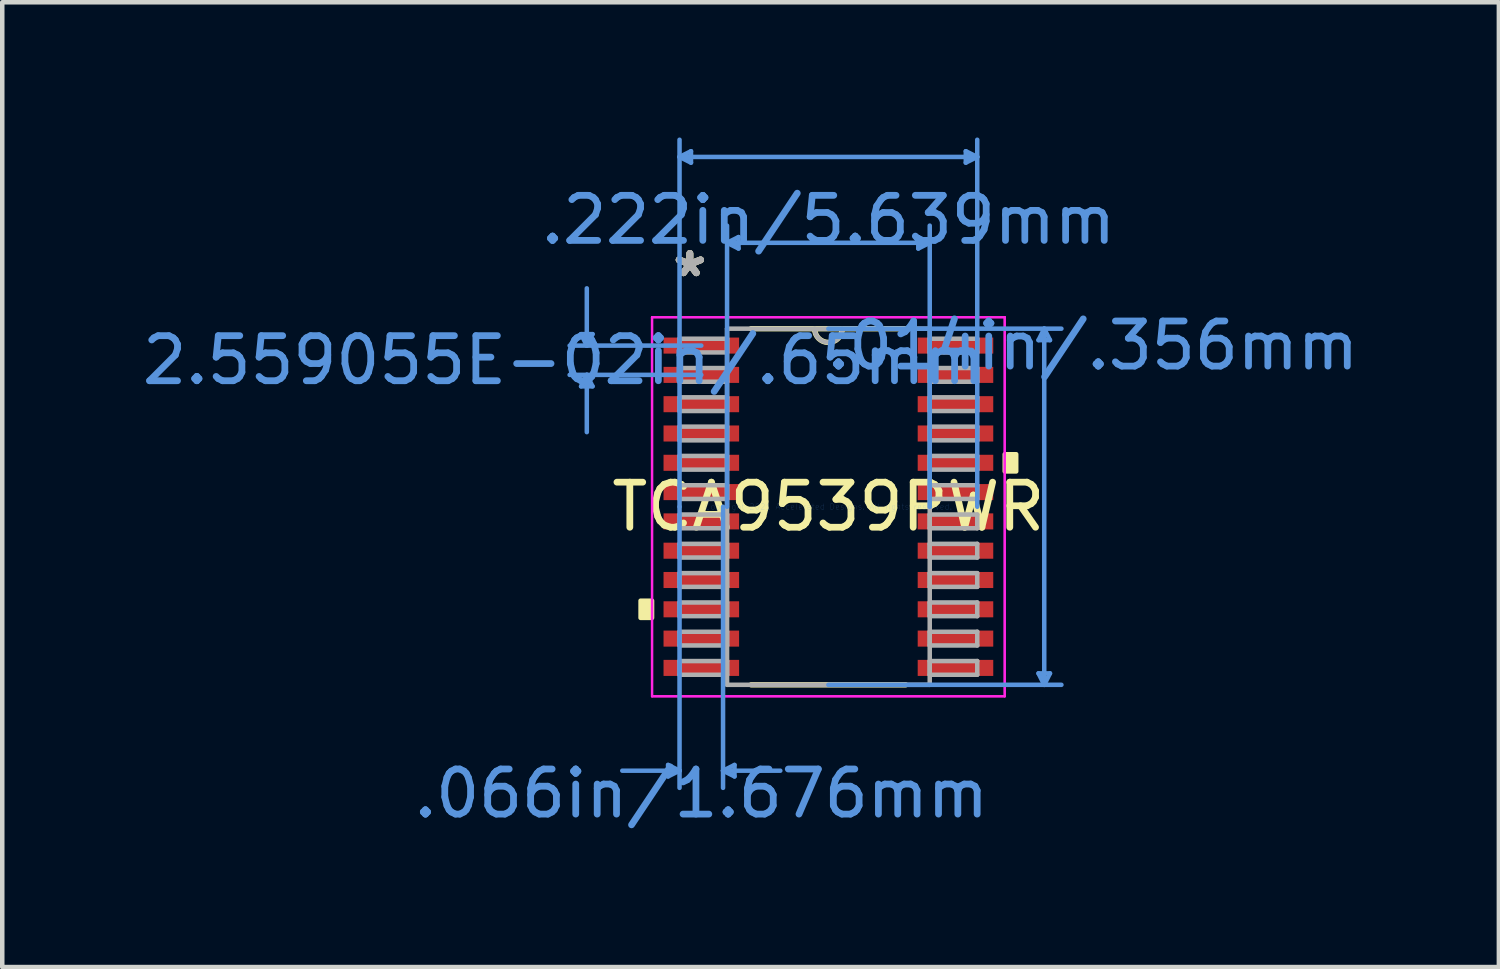
<source format=kicad_pcb>
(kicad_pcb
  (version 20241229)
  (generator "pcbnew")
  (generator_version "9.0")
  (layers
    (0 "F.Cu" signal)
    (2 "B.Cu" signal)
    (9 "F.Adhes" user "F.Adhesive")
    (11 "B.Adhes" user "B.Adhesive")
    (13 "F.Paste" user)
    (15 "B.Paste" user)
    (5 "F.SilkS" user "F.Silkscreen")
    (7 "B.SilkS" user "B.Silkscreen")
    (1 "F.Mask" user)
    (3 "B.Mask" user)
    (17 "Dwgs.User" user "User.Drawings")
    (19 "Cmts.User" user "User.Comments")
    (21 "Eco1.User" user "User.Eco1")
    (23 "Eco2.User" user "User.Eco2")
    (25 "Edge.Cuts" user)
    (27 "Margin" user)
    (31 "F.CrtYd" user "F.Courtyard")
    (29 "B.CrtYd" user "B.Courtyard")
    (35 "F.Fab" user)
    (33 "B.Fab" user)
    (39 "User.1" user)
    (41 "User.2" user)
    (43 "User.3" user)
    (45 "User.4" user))
  (footprint "TCA9539PWR"
    (layer "F.Cu")
    (at 15.326 8.191)
    (property "Reference" "TCA9539PWR" (at 0 0 0) (layer "F.SilkS") (effects (font (size 1 1) (thickness 0.15))))
    (attr through_hole)
    (fp_line (start -1.713 3.95) (end 1.713 3.95) (stroke (width 0.12) (type solid)) (layer "F.SilkS"))
    (fp_line (start 1.713 -3.95) (end -1.713 -3.95) (stroke (width 0.12) (type solid)) (layer "F.SilkS"))
    (fp_arc (start 0.3048 -3.9497) (mid 0 -3.6449) (end -0.3048 -3.9497) (stroke (width 0.12) (type solid)) (layer "F.SilkS"))
    (fp_poly (pts (xy -4.166 2.084) (xy -4.166 2.465) (xy -3.912 2.465) (xy -3.912 2.084)) (stroke (width 0.1) (type solid)) (fill yes) (layer "F.SilkS"))
    (fp_poly (pts (xy 4.166 -1.165) (xy 4.166 -0.784) (xy 3.912 -0.784) (xy 3.912 -1.165)) (stroke (width 0.1) (type solid)) (fill yes) (layer "F.SilkS"))
    (fp_line (start -5.486 -3.829) (end -5.232 -3.829) (stroke (width 0.1) (type solid)) (layer "Cmts.User"))
    (fp_line (start -5.486 -2.671) (end -5.232 -2.671) (stroke (width 0.1) (type solid)) (layer "Cmts.User"))
    (fp_line (start -5.359 -3.575) (end -5.486 -3.829) (stroke (width 0.1) (type solid)) (layer "Cmts.User"))
    (fp_line (start -5.359 -3.575) (end -5.359 -4.845) (stroke (width 0.1) (type solid)) (layer "Cmts.User"))
    (fp_line (start -5.359 -3.575) (end -5.232 -3.829) (stroke (width 0.1) (type solid)) (layer "Cmts.User"))
    (fp_line (start -5.359 -2.925) (end -5.486 -2.671) (stroke (width 0.1) (type solid)) (layer "Cmts.User"))
    (fp_line (start -5.359 -2.925) (end -5.359 -1.655) (stroke (width 0.1) (type solid)) (layer "Cmts.User"))
    (fp_line (start -5.359 -2.925) (end -5.232 -2.671) (stroke (width 0.1) (type solid)) (layer "Cmts.User"))
    (fp_line (start -3.556 5.728) (end -3.556 5.982) (stroke (width 0.1) (type solid)) (layer "Cmts.User"))
    (fp_line (start -3.302 -7.76) (end -3.048 -7.887) (stroke (width 0.1) (type solid)) (layer "Cmts.User"))
    (fp_line (start -3.302 -7.76) (end -3.048 -7.633) (stroke (width 0.1) (type solid)) (layer "Cmts.User"))
    (fp_line (start -3.302 -7.76) (end 3.302 -7.76) (stroke (width 0.1) (type solid)) (layer "Cmts.User"))
    (fp_line (start -3.302 0) (end -3.302 -8.141) (stroke (width 0.1) (type solid)) (layer "Cmts.User"))
    (fp_line (start -3.302 0) (end -3.302 6.236) (stroke (width 0.1) (type solid)) (layer "Cmts.User"))
    (fp_line (start -3.302 5.855) (end -4.572 5.855) (stroke (width 0.1) (type solid)) (layer "Cmts.User"))
    (fp_line (start -3.302 5.855) (end -3.556 5.728) (stroke (width 0.1) (type solid)) (layer "Cmts.User"))
    (fp_line (start -3.302 5.855) (end -3.556 5.982) (stroke (width 0.1) (type solid)) (layer "Cmts.User"))
    (fp_line (start -3.048 -7.887) (end -3.048 -7.633) (stroke (width 0.1) (type solid)) (layer "Cmts.User"))
    (fp_line (start -2.819 -3.575) (end -5.74 -3.575) (stroke (width 0.1) (type solid)) (layer "Cmts.User"))
    (fp_line (start -2.819 -2.925) (end -5.74 -2.925) (stroke (width 0.1) (type solid)) (layer "Cmts.User"))
    (fp_line (start -2.337 0) (end -2.337 6.236) (stroke (width 0.1) (type solid)) (layer "Cmts.User"))
    (fp_line (start -2.337 5.855) (end -2.083 5.728) (stroke (width 0.1) (type solid)) (layer "Cmts.User"))
    (fp_line (start -2.337 5.855) (end -2.083 5.982) (stroke (width 0.1) (type solid)) (layer "Cmts.User"))
    (fp_line (start -2.337 5.855) (end -1.067 5.855) (stroke (width 0.1) (type solid)) (layer "Cmts.User"))
    (fp_line (start -2.248 -5.855) (end -1.994 -5.982) (stroke (width 0.1) (type solid)) (layer "Cmts.User"))
    (fp_line (start -2.248 -5.855) (end -1.994 -5.728) (stroke (width 0.1) (type solid)) (layer "Cmts.User"))
    (fp_line (start -2.248 -5.855) (end 2.248 -5.855) (stroke (width 0.1) (type solid)) (layer "Cmts.User"))
    (fp_line (start -2.248 0) (end -2.248 -6.236) (stroke (width 0.1) (type solid)) (layer "Cmts.User"))
    (fp_line (start -2.083 5.728) (end -2.083 5.982) (stroke (width 0.1) (type solid)) (layer "Cmts.User"))
    (fp_line (start -1.994 -5.982) (end -1.994 -5.728) (stroke (width 0.1) (type solid)) (layer "Cmts.User"))
    (fp_line (start 0 -3.95) (end 5.169 -3.95) (stroke (width 0.1) (type solid)) (layer "Cmts.User"))
    (fp_line (start 0 3.95) (end 5.169 3.95) (stroke (width 0.1) (type solid)) (layer "Cmts.User"))
    (fp_line (start 1.994 -5.982) (end 1.994 -5.728) (stroke (width 0.1) (type solid)) (layer "Cmts.User"))
    (fp_line (start 2.248 -5.855) (end 1.994 -5.982) (stroke (width 0.1) (type solid)) (layer "Cmts.User"))
    (fp_line (start 2.248 -5.855) (end 1.994 -5.728) (stroke (width 0.1) (type solid)) (layer "Cmts.User"))
    (fp_line (start 2.248 0) (end 2.248 -6.236) (stroke (width 0.1) (type solid)) (layer "Cmts.User"))
    (fp_line (start 3.048 -7.887) (end 3.048 -7.633) (stroke (width 0.1) (type solid)) (layer "Cmts.User"))
    (fp_line (start 3.302 -7.76) (end 3.048 -7.887) (stroke (width 0.1) (type solid)) (layer "Cmts.User"))
    (fp_line (start 3.302 -7.76) (end 3.048 -7.633) (stroke (width 0.1) (type solid)) (layer "Cmts.User"))
    (fp_line (start 3.302 0) (end 3.302 -8.141) (stroke (width 0.1) (type solid)) (layer "Cmts.User"))
    (fp_line (start 4.661 -3.696) (end 4.915 -3.696) (stroke (width 0.1) (type solid)) (layer "Cmts.User"))
    (fp_line (start 4.661 3.696) (end 4.915 3.696) (stroke (width 0.1) (type solid)) (layer "Cmts.User"))
    (fp_line (start 4.788 -3.95) (end 4.661 -3.696) (stroke (width 0.1) (type solid)) (layer "Cmts.User"))
    (fp_line (start 4.788 -3.95) (end 4.788 3.95) (stroke (width 0.1) (type solid)) (layer "Cmts.User"))
    (fp_line (start 4.788 -3.95) (end 4.915 -3.696) (stroke (width 0.1) (type solid)) (layer "Cmts.User"))
    (fp_line (start 4.788 3.95) (end 4.661 3.696) (stroke (width 0.1) (type solid)) (layer "Cmts.User"))
    (fp_line (start 4.788 3.95) (end 4.915 3.696) (stroke (width 0.1) (type solid)) (layer "Cmts.User"))
    (fp_line (start -3.912 -4.204) (end 3.912 -4.204) (stroke (width 0.05) (type solid)) (layer "F.CrtYd"))
    (fp_line (start -3.912 -4.204) (end 3.912 -4.204) (stroke (width 0.05) (type solid)) (layer "F.CrtYd"))
    (fp_line (start -3.912 4.204) (end -3.912 -4.204) (stroke (width 0.05) (type solid)) (layer "F.CrtYd"))
    (fp_line (start -3.912 4.204) (end -3.912 -4.204) (stroke (width 0.05) (type solid)) (layer "F.CrtYd"))
    (fp_line (start 3.912 -4.204) (end 3.912 4.204) (stroke (width 0.05) (type solid)) (layer "F.CrtYd"))
    (fp_line (start 3.912 -4.204) (end 3.912 4.204) (stroke (width 0.05) (type solid)) (layer "F.CrtYd"))
    (fp_line (start 3.912 4.204) (end -3.912 4.204) (stroke (width 0.05) (type solid)) (layer "F.CrtYd"))
    (fp_line (start 3.912 4.204) (end -3.912 4.204) (stroke (width 0.05) (type solid)) (layer "F.CrtYd"))
    (fp_line (start -3.302 -3.727) (end -3.302 -3.423) (stroke (width 0.1) (type solid)) (layer "F.Fab"))
    (fp_line (start -3.302 -3.423) (end -2.248 -3.423) (stroke (width 0.1) (type solid)) (layer "F.Fab"))
    (fp_line (start -3.302 -3.077) (end -3.302 -2.773) (stroke (width 0.1) (type solid)) (layer "F.Fab"))
    (fp_line (start -3.302 -2.773) (end -2.248 -2.773) (stroke (width 0.1) (type solid)) (layer "F.Fab"))
    (fp_line (start -3.302 -2.427) (end -3.302 -2.123) (stroke (width 0.1) (type solid)) (layer "F.Fab"))
    (fp_line (start -3.302 -2.123) (end -2.248 -2.123) (stroke (width 0.1) (type solid)) (layer "F.Fab"))
    (fp_line (start -3.302 -1.777) (end -3.302 -1.473) (stroke (width 0.1) (type solid)) (layer "F.Fab"))
    (fp_line (start -3.302 -1.473) (end -2.248 -1.473) (stroke (width 0.1) (type solid)) (layer "F.Fab"))
    (fp_line (start -3.302 -1.127) (end -3.302 -0.823) (stroke (width 0.1) (type solid)) (layer "F.Fab"))
    (fp_line (start -3.302 -0.823) (end -2.248 -0.823) (stroke (width 0.1) (type solid)) (layer "F.Fab"))
    (fp_line (start -3.302 -0.477) (end -3.302 -0.173) (stroke (width 0.1) (type solid)) (layer "F.Fab"))
    (fp_line (start -3.302 -0.173) (end -2.248 -0.173) (stroke (width 0.1) (type solid)) (layer "F.Fab"))
    (fp_line (start -3.302 0.173) (end -3.302 0.477) (stroke (width 0.1) (type solid)) (layer "F.Fab"))
    (fp_line (start -3.302 0.477) (end -2.248 0.477) (stroke (width 0.1) (type solid)) (layer "F.Fab"))
    (fp_line (start -3.302 0.823) (end -3.302 1.127) (stroke (width 0.1) (type solid)) (layer "F.Fab"))
    (fp_line (start -3.302 1.127) (end -2.248 1.127) (stroke (width 0.1) (type solid)) (layer "F.Fab"))
    (fp_line (start -3.302 1.473) (end -3.302 1.777) (stroke (width 0.1) (type solid)) (layer "F.Fab"))
    (fp_line (start -3.302 1.777) (end -2.248 1.777) (stroke (width 0.1) (type solid)) (layer "F.Fab"))
    (fp_line (start -3.302 2.123) (end -3.302 2.427) (stroke (width 0.1) (type solid)) (layer "F.Fab"))
    (fp_line (start -3.302 2.427) (end -2.248 2.427) (stroke (width 0.1) (type solid)) (layer "F.Fab"))
    (fp_line (start -3.302 2.773) (end -3.302 3.077) (stroke (width 0.1) (type solid)) (layer "F.Fab"))
    (fp_line (start -3.302 3.077) (end -2.248 3.077) (stroke (width 0.1) (type solid)) (layer "F.Fab"))
    (fp_line (start -3.302 3.423) (end -3.302 3.727) (stroke (width 0.1) (type solid)) (layer "F.Fab"))
    (fp_line (start -3.302 3.727) (end -2.248 3.727) (stroke (width 0.1) (type solid)) (layer "F.Fab"))
    (fp_line (start -2.248 -3.95) (end -2.248 3.95) (stroke (width 0.1) (type solid)) (layer "F.Fab"))
    (fp_line (start -2.248 -3.727) (end -3.302 -3.727) (stroke (width 0.1) (type solid)) (layer "F.Fab"))
    (fp_line (start -2.248 -3.423) (end -2.248 -3.727) (stroke (width 0.1) (type solid)) (layer "F.Fab"))
    (fp_line (start -2.248 -3.077) (end -3.302 -3.077) (stroke (width 0.1) (type solid)) (layer "F.Fab"))
    (fp_line (start -2.248 -2.773) (end -2.248 -3.077) (stroke (width 0.1) (type solid)) (layer "F.Fab"))
    (fp_line (start -2.248 -2.427) (end -3.302 -2.427) (stroke (width 0.1) (type solid)) (layer "F.Fab"))
    (fp_line (start -2.248 -2.123) (end -2.248 -2.427) (stroke (width 0.1) (type solid)) (layer "F.Fab"))
    (fp_line (start -2.248 -1.777) (end -3.302 -1.777) (stroke (width 0.1) (type solid)) (layer "F.Fab"))
    (fp_line (start -2.248 -1.473) (end -2.248 -1.777) (stroke (width 0.1) (type solid)) (layer "F.Fab"))
    (fp_line (start -2.248 -1.127) (end -3.302 -1.127) (stroke (width 0.1) (type solid)) (layer "F.Fab"))
    (fp_line (start -2.248 -0.823) (end -2.248 -1.127) (stroke (width 0.1) (type solid)) (layer "F.Fab"))
    (fp_line (start -2.248 -0.477) (end -3.302 -0.477) (stroke (width 0.1) (type solid)) (layer "F.Fab"))
    (fp_line (start -2.248 -0.173) (end -2.248 -0.477) (stroke (width 0.1) (type solid)) (layer "F.Fab"))
    (fp_line (start -2.248 0.173) (end -3.302 0.173) (stroke (width 0.1) (type solid)) (layer "F.Fab"))
    (fp_line (start -2.248 0.477) (end -2.248 0.173) (stroke (width 0.1) (type solid)) (layer "F.Fab"))
    (fp_line (start -2.248 0.823) (end -3.302 0.823) (stroke (width 0.1) (type solid)) (layer "F.Fab"))
    (fp_line (start -2.248 1.127) (end -2.248 0.823) (stroke (width 0.1) (type solid)) (layer "F.Fab"))
    (fp_line (start -2.248 1.473) (end -3.302 1.473) (stroke (width 0.1) (type solid)) (layer "F.Fab"))
    (fp_line (start -2.248 1.777) (end -2.248 1.473) (stroke (width 0.1) (type solid)) (layer "F.Fab"))
    (fp_line (start -2.248 2.123) (end -3.302 2.123) (stroke (width 0.1) (type solid)) (layer "F.Fab"))
    (fp_line (start -2.248 2.427) (end -2.248 2.123) (stroke (width 0.1) (type solid)) (layer "F.Fab"))
    (fp_line (start -2.248 2.773) (end -3.302 2.773) (stroke (width 0.1) (type solid)) (layer "F.Fab"))
    (fp_line (start -2.248 3.077) (end -2.248 2.773) (stroke (width 0.1) (type solid)) (layer "F.Fab"))
    (fp_line (start -2.248 3.423) (end -3.302 3.423) (stroke (width 0.1) (type solid)) (layer "F.Fab"))
    (fp_line (start -2.248 3.727) (end -2.248 3.423) (stroke (width 0.1) (type solid)) (layer "F.Fab"))
    (fp_line (start -2.248 3.95) (end 2.248 3.95) (stroke (width 0.1) (type solid)) (layer "F.Fab"))
    (fp_line (start 2.248 -3.95) (end -2.248 -3.95) (stroke (width 0.1) (type solid)) (layer "F.Fab"))
    (fp_line (start 2.248 -3.727) (end 2.248 -3.423) (stroke (width 0.1) (type solid)) (layer "F.Fab"))
    (fp_line (start 2.248 -3.423) (end 3.302 -3.423) (stroke (width 0.1) (type solid)) (layer "F.Fab"))
    (fp_line (start 2.248 -3.077) (end 2.248 -2.773) (stroke (width 0.1) (type solid)) (layer "F.Fab"))
    (fp_line (start 2.248 -2.773) (end 3.302 -2.773) (stroke (width 0.1) (type solid)) (layer "F.Fab"))
    (fp_line (start 2.248 -2.427) (end 2.248 -2.123) (stroke (width 0.1) (type solid)) (layer "F.Fab"))
    (fp_line (start 2.248 -2.123) (end 3.302 -2.123) (stroke (width 0.1) (type solid)) (layer "F.Fab"))
    (fp_line (start 2.248 -1.777) (end 2.248 -1.473) (stroke (width 0.1) (type solid)) (layer "F.Fab"))
    (fp_line (start 2.248 -1.473) (end 3.302 -1.473) (stroke (width 0.1) (type solid)) (layer "F.Fab"))
    (fp_line (start 2.248 -1.127) (end 2.248 -0.823) (stroke (width 0.1) (type solid)) (layer "F.Fab"))
    (fp_line (start 2.248 -0.823) (end 3.302 -0.823) (stroke (width 0.1) (type solid)) (layer "F.Fab"))
    (fp_line (start 2.248 -0.477) (end 2.248 -0.173) (stroke (width 0.1) (type solid)) (layer "F.Fab"))
    (fp_line (start 2.248 -0.173) (end 3.302 -0.173) (stroke (width 0.1) (type solid)) (layer "F.Fab"))
    (fp_line (start 2.248 0.173) (end 2.248 0.477) (stroke (width 0.1) (type solid)) (layer "F.Fab"))
    (fp_line (start 2.248 0.477) (end 3.302 0.477) (stroke (width 0.1) (type solid)) (layer "F.Fab"))
    (fp_line (start 2.248 0.823) (end 2.248 1.127) (stroke (width 0.1) (type solid)) (layer "F.Fab"))
    (fp_line (start 2.248 1.127) (end 3.302 1.127) (stroke (width 0.1) (type solid)) (layer "F.Fab"))
    (fp_line (start 2.248 1.473) (end 2.248 1.777) (stroke (width 0.1) (type solid)) (layer "F.Fab"))
    (fp_line (start 2.248 1.777) (end 3.302 1.777) (stroke (width 0.1) (type solid)) (layer "F.Fab"))
    (fp_line (start 2.248 2.123) (end 2.248 2.427) (stroke (width 0.1) (type solid)) (layer "F.Fab"))
    (fp_line (start 2.248 2.427) (end 3.302 2.427) (stroke (width 0.1) (type solid)) (layer "F.Fab"))
    (fp_line (start 2.248 2.773) (end 2.248 3.077) (stroke (width 0.1) (type solid)) (layer "F.Fab"))
    (fp_line (start 2.248 3.077) (end 3.302 3.077) (stroke (width 0.1) (type solid)) (layer "F.Fab"))
    (fp_line (start 2.248 3.423) (end 2.248 3.727) (stroke (width 0.1) (type solid)) (layer "F.Fab"))
    (fp_line (start 2.248 3.727) (end 3.302 3.727) (stroke (width 0.1) (type solid)) (layer "F.Fab"))
    (fp_line (start 2.248 3.95) (end 2.248 -3.95) (stroke (width 0.1) (type solid)) (layer "F.Fab"))
    (fp_line (start 3.302 -3.727) (end 2.248 -3.727) (stroke (width 0.1) (type solid)) (layer "F.Fab"))
    (fp_line (start 3.302 -3.423) (end 3.302 -3.727) (stroke (width 0.1) (type solid)) (layer "F.Fab"))
    (fp_line (start 3.302 -3.077) (end 2.248 -3.077) (stroke (width 0.1) (type solid)) (layer "F.Fab"))
    (fp_line (start 3.302 -2.773) (end 3.302 -3.077) (stroke (width 0.1) (type solid)) (layer "F.Fab"))
    (fp_line (start 3.302 -2.427) (end 2.248 -2.427) (stroke (width 0.1) (type solid)) (layer "F.Fab"))
    (fp_line (start 3.302 -2.123) (end 3.302 -2.427) (stroke (width 0.1) (type solid)) (layer "F.Fab"))
    (fp_line (start 3.302 -1.777) (end 2.248 -1.777) (stroke (width 0.1) (type solid)) (layer "F.Fab"))
    (fp_line (start 3.302 -1.473) (end 3.302 -1.777) (stroke (width 0.1) (type solid)) (layer "F.Fab"))
    (fp_line (start 3.302 -1.127) (end 2.248 -1.127) (stroke (width 0.1) (type solid)) (layer "F.Fab"))
    (fp_line (start 3.302 -0.823) (end 3.302 -1.127) (stroke (width 0.1) (type solid)) (layer "F.Fab"))
    (fp_line (start 3.302 -0.477) (end 2.248 -0.477) (stroke (width 0.1) (type solid)) (layer "F.Fab"))
    (fp_line (start 3.302 -0.173) (end 3.302 -0.477) (stroke (width 0.1) (type solid)) (layer "F.Fab"))
    (fp_line (start 3.302 0.173) (end 2.248 0.173) (stroke (width 0.1) (type solid)) (layer "F.Fab"))
    (fp_line (start 3.302 0.477) (end 3.302 0.173) (stroke (width 0.1) (type solid)) (layer "F.Fab"))
    (fp_line (start 3.302 0.823) (end 2.248 0.823) (stroke (width 0.1) (type solid)) (layer "F.Fab"))
    (fp_line (start 3.302 1.127) (end 3.302 0.823) (stroke (width 0.1) (type solid)) (layer "F.Fab"))
    (fp_line (start 3.302 1.473) (end 2.248 1.473) (stroke (width 0.1) (type solid)) (layer "F.Fab"))
    (fp_line (start 3.302 1.777) (end 3.302 1.473) (stroke (width 0.1) (type solid)) (layer "F.Fab"))
    (fp_line (start 3.302 2.123) (end 2.248 2.123) (stroke (width 0.1) (type solid)) (layer "F.Fab"))
    (fp_line (start 3.302 2.427) (end 3.302 2.123) (stroke (width 0.1) (type solid)) (layer "F.Fab"))
    (fp_line (start 3.302 2.773) (end 2.248 2.773) (stroke (width 0.1) (type solid)) (layer "F.Fab"))
    (fp_line (start 3.302 3.077) (end 3.302 2.773) (stroke (width 0.1) (type solid)) (layer "F.Fab"))
    (fp_line (start 3.302 3.423) (end 2.248 3.423) (stroke (width 0.1) (type solid)) (layer "F.Fab"))
    (fp_line (start 3.302 3.727) (end 3.302 3.423) (stroke (width 0.1) (type solid)) (layer "F.Fab"))
    (fp_arc (start 0.3048 -3.9497) (mid 0 -3.6449) (end -0.3048 -3.9497) (stroke (width 0.1) (type solid)) (layer "F.Fab"))
    (fp_text user "*" (at -3.073 -5.074 0) (layer "F.SilkS") (effects (font (size 1 1) (thickness 0.15))))
    (fp_text user "*" (at -3.073 -5.074 0) (layer "F.SilkS") (effects (font (size 1 1) (thickness 0.15))))
    (fp_text user ".014in/.356mm" (at 5.867 -3.575 0) (layer "Cmts.User") (effects (font (size 1 1) (thickness 0.15))))
    (fp_text user "2.559055E-02in/.65mm" (at -5.867 -3.25 0) (layer "Cmts.User") (effects (font (size 1 1) (thickness 0.15))))
    (fp_text user ".222in/5.639mm" (at 0 -6.363 0) (layer "Cmts.User") (effects (font (size 1 1) (thickness 0.15))))
    (fp_text user "Copyright 2021 Accelerated Designs. All rights reserved." (at 0 0 0) (layer "Cmts.User") (effects (font (size 0.127 0.127) (thickness 0.002))))
    (fp_text user ".066in/1.676mm" (at -2.819 6.363 0) (layer "Cmts.User") (effects (font (size 1 1) (thickness 0.15))))
    (fp_text user "*" (at -3.073 -5.074 0) (layer "F.Fab") (effects (font (size 1 1) (thickness 0.15))))
    (fp_text user "*" (at -3.073 -5.074 0) (layer "F.Fab") (effects (font (size 1 1) (thickness 0.15))))
    (pad "1" smd rect (at -2.819 -3.575) (size 1.676 0.356) (layers "F.Cu" "F.Mask" "F.Paste"))
    (pad "2" smd rect (at -2.819 -2.925) (size 1.676 0.356) (layers "F.Cu" "F.Mask" "F.Paste"))
    (pad "3" smd rect (at -2.819 -2.275) (size 1.676 0.356) (layers "F.Cu" "F.Mask" "F.Paste"))
    (pad "4" smd rect (at -2.819 -1.625) (size 1.676 0.356) (layers "F.Cu" "F.Mask" "F.Paste"))
    (pad "5" smd rect (at -2.819 -0.975) (size 1.676 0.356) (layers "F.Cu" "F.Mask" "F.Paste"))
    (pad "6" smd rect (at -2.819 -0.325) (size 1.676 0.356) (layers "F.Cu" "F.Mask" "F.Paste"))
    (pad "7" smd rect (at -2.819 0.325) (size 1.676 0.356) (layers "F.Cu" "F.Mask" "F.Paste"))
    (pad "8" smd rect (at -2.819 0.975) (size 1.676 0.356) (layers "F.Cu" "F.Mask" "F.Paste"))
    (pad "9" smd rect (at -2.819 1.625) (size 1.676 0.356) (layers "F.Cu" "F.Mask" "F.Paste"))
    (pad "10" smd rect (at -2.819 2.275) (size 1.676 0.356) (layers "F.Cu" "F.Mask" "F.Paste"))
    (pad "11" smd rect (at -2.819 2.925) (size 1.676 0.356) (layers "F.Cu" "F.Mask" "F.Paste"))
    (pad "12" smd rect (at -2.819 3.575) (size 1.676 0.356) (layers "F.Cu" "F.Mask" "F.Paste"))
    (pad "13" smd rect (at 2.819 3.575) (size 1.676 0.356) (layers "F.Cu" "F.Mask" "F.Paste"))
    (pad "14" smd rect (at 2.819 2.925) (size 1.676 0.356) (layers "F.Cu" "F.Mask" "F.Paste"))
    (pad "15" smd rect (at 2.819 2.275) (size 1.676 0.356) (layers "F.Cu" "F.Mask" "F.Paste"))
    (pad "16" smd rect (at 2.819 1.625) (size 1.676 0.356) (layers "F.Cu" "F.Mask" "F.Paste"))
    (pad "17" smd rect (at 2.819 0.975) (size 1.676 0.356) (layers "F.Cu" "F.Mask" "F.Paste"))
    (pad "18" smd rect (at 2.819 0.325) (size 1.676 0.356) (layers "F.Cu" "F.Mask" "F.Paste"))
    (pad "19" smd rect (at 2.819 -0.325) (size 1.676 0.356) (layers "F.Cu" "F.Mask" "F.Paste"))
    (pad "20" smd rect (at 2.819 -0.975) (size 1.676 0.356) (layers "F.Cu" "F.Mask" "F.Paste"))
    (pad "21" smd rect (at 2.819 -1.625) (size 1.676 0.356) (layers "F.Cu" "F.Mask" "F.Paste"))
    (pad "22" smd rect (at 2.819 -2.275) (size 1.676 0.356) (layers "F.Cu" "F.Mask" "F.Paste"))
    (pad "23" smd rect (at 2.819 -2.925) (size 1.676 0.356) (layers "F.Cu" "F.Mask" "F.Paste"))
    (pad "24" smd rect (at 2.819 -3.575) (size 1.676 0.356) (layers "F.Cu" "F.Mask" "F.Paste")))
  (gr_rect
    (start -3 -3)
    (end 30.199 18.402)
    (stroke (width 0.1) (type default))
    (fill no)
    (layer "Edge.Cuts")))
</source>
